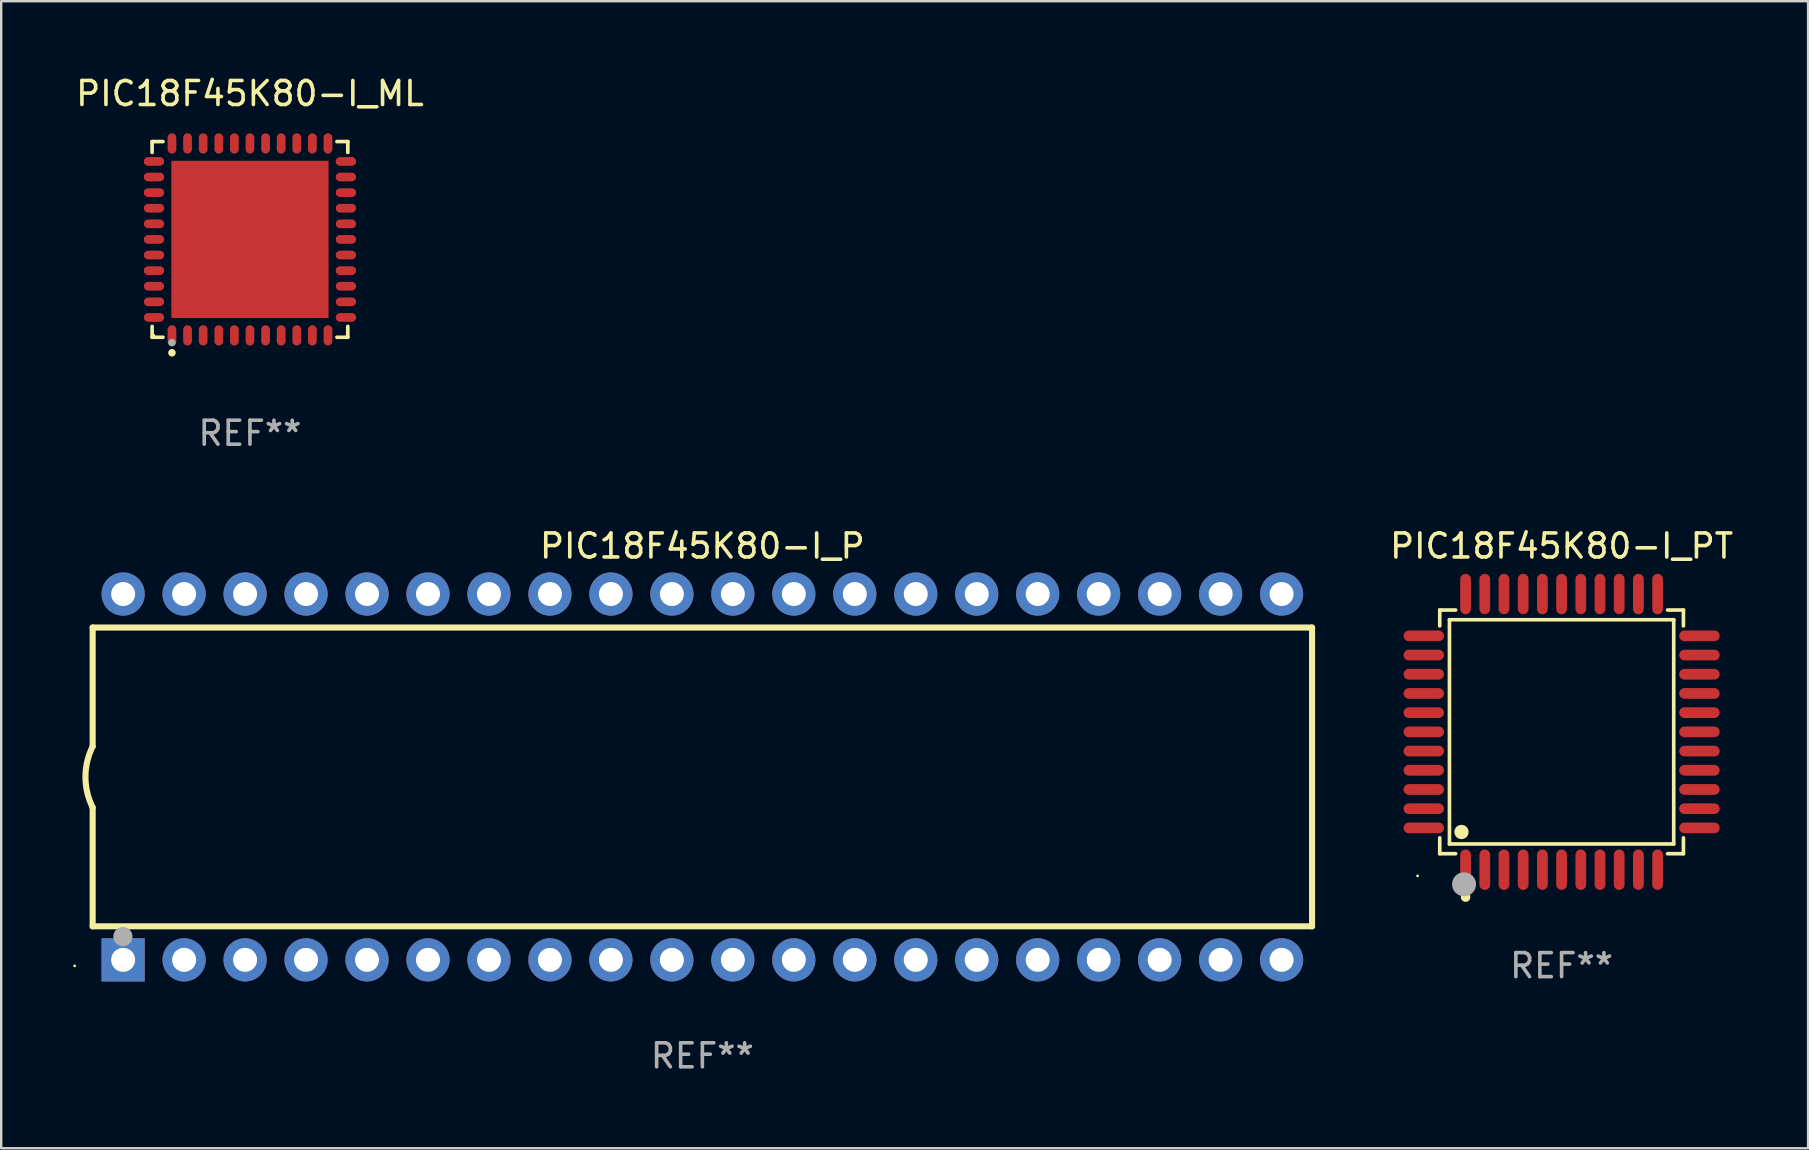
<source format=kicad_pcb>
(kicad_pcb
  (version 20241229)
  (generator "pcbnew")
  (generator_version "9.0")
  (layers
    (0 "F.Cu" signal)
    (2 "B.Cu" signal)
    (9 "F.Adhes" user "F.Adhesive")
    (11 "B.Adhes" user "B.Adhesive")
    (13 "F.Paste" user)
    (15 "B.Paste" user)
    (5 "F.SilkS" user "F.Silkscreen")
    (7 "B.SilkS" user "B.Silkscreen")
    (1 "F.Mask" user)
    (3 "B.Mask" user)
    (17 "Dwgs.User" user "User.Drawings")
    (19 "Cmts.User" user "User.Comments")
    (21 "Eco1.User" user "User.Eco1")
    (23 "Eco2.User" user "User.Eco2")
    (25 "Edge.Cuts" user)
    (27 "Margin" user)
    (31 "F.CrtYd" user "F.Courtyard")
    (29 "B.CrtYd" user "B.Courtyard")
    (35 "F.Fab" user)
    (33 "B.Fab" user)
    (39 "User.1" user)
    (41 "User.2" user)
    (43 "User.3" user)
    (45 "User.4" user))
  (footprint "PIC18F45K80-I_PT"
    (layer "F.Cu")
    (at 62.005 27.439)
    (property "Reference" "PIC18F45K80-I_PT" (at 0 -7.742 0) (layer "F.SilkS") (effects (font (size 1 1) (thickness 0.15))))
    (attr through_hole)
    (fp_line (start -5.076 -5.076) (end -4.415 -5.076) (stroke (width 0.152) (type solid)) (layer "F.SilkS"))
    (fp_line (start -5.076 -4.415) (end -5.076 -5.076) (stroke (width 0.152) (type solid)) (layer "F.SilkS"))
    (fp_line (start -5.076 4.415) (end -5.076 5.076) (stroke (width 0.152) (type solid)) (layer "F.SilkS"))
    (fp_line (start -5.076 5.076) (end -4.415 5.076) (stroke (width 0.152) (type solid)) (layer "F.SilkS"))
    (fp_line (start -4.671 -4.671) (end 4.671 -4.671) (stroke (width 0.152) (type solid)) (layer "F.SilkS"))
    (fp_line (start -4.671 4.671) (end -4.671 -4.671) (stroke (width 0.152) (type solid)) (layer "F.SilkS"))
    (fp_line (start 4.671 -4.671) (end 4.671 4.671) (stroke (width 0.152) (type solid)) (layer "F.SilkS"))
    (fp_line (start 4.671 4.671) (end -4.671 4.671) (stroke (width 0.152) (type solid)) (layer "F.SilkS"))
    (fp_line (start 5.076 -5.076) (end 4.415 -5.076) (stroke (width 0.152) (type solid)) (layer "F.SilkS"))
    (fp_line (start 5.076 -4.415) (end 5.076 -5.076) (stroke (width 0.152) (type solid)) (layer "F.SilkS"))
    (fp_line (start 5.076 4.415) (end 5.076 5.076) (stroke (width 0.152) (type solid)) (layer "F.SilkS"))
    (fp_line (start 5.076 5.076) (end 4.415 5.076) (stroke (width 0.152) (type solid)) (layer "F.SilkS"))
    (fp_circle (center -6 6) (end -5.97 6) (stroke (width 0.06) (type solid)) (fill no) (layer "F.SilkS"))
    (fp_circle (center -4.171 4.171) (end -4.021 4.171) (stroke (width 0.3) (type solid)) (fill no) (layer "F.SilkS"))
    (fp_circle (center -4 6.884) (end -3.9 6.884) (stroke (width 0.2) (type solid)) (fill no) (layer "F.SilkS"))
    (fp_circle (center -4.064 6.35) (end -3.814 6.35) (stroke (width 0.5) (type solid)) (fill no) (layer "F.Fab"))
    (fp_text user "REF**" (at 0 9.742 0) (layer "F.Fab") (effects (font (size 1 1) (thickness 0.15))))
    (pad "1" smd oval (at -4 5.742) (size 0.448 1.684) (layers "F.Cu" "F.Mask" "F.Paste"))
    (pad "2" smd oval (at -3.2 5.742) (size 0.448 1.684) (layers "F.Cu" "F.Mask" "F.Paste"))
    (pad "3" smd oval (at -2.4 5.742) (size 0.448 1.684) (layers "F.Cu" "F.Mask" "F.Paste"))
    (pad "4" smd oval (at -1.6 5.742) (size 0.448 1.684) (layers "F.Cu" "F.Mask" "F.Paste"))
    (pad "5" smd oval (at -0.8 5.742) (size 0.448 1.684) (layers "F.Cu" "F.Mask" "F.Paste"))
    (pad "6" smd oval (at 0 5.742) (size 0.448 1.684) (layers "F.Cu" "F.Mask" "F.Paste"))
    (pad "7" smd oval (at 0.8 5.742) (size 0.448 1.684) (layers "F.Cu" "F.Mask" "F.Paste"))
    (pad "8" smd oval (at 1.6 5.742) (size 0.448 1.684) (layers "F.Cu" "F.Mask" "F.Paste"))
    (pad "9" smd oval (at 2.4 5.742) (size 0.448 1.684) (layers "F.Cu" "F.Mask" "F.Paste"))
    (pad "10" smd oval (at 3.2 5.742) (size 0.448 1.684) (layers "F.Cu" "F.Mask" "F.Paste"))
    (pad "11" smd oval (at 4 5.742) (size 0.448 1.684) (layers "F.Cu" "F.Mask" "F.Paste"))
    (pad "12" smd oval (at 5.742 4) (size 1.684 0.448) (layers "F.Cu" "F.Mask" "F.Paste"))
    (pad "13" smd oval (at 5.742 3.2) (size 1.684 0.448) (layers "F.Cu" "F.Mask" "F.Paste"))
    (pad "14" smd oval (at 5.742 2.4) (size 1.684 0.448) (layers "F.Cu" "F.Mask" "F.Paste"))
    (pad "15" smd oval (at 5.742 1.6) (size 1.684 0.448) (layers "F.Cu" "F.Mask" "F.Paste"))
    (pad "16" smd oval (at 5.742 0.8) (size 1.684 0.448) (layers "F.Cu" "F.Mask" "F.Paste"))
    (pad "17" smd oval (at 5.742 0) (size 1.684 0.448) (layers "F.Cu" "F.Mask" "F.Paste"))
    (pad "18" smd oval (at 5.742 -0.8) (size 1.684 0.448) (layers "F.Cu" "F.Mask" "F.Paste"))
    (pad "19" smd oval (at 5.742 -1.6) (size 1.684 0.448) (layers "F.Cu" "F.Mask" "F.Paste"))
    (pad "20" smd oval (at 5.742 -2.4) (size 1.684 0.448) (layers "F.Cu" "F.Mask" "F.Paste"))
    (pad "21" smd oval (at 5.742 -3.2) (size 1.684 0.448) (layers "F.Cu" "F.Mask" "F.Paste"))
    (pad "22" smd oval (at 5.742 -4) (size 1.684 0.448) (layers "F.Cu" "F.Mask" "F.Paste"))
    (pad "23" smd oval (at 4 -5.742) (size 0.448 1.684) (layers "F.Cu" "F.Mask" "F.Paste"))
    (pad "24" smd oval (at 3.2 -5.742) (size 0.448 1.684) (layers "F.Cu" "F.Mask" "F.Paste"))
    (pad "25" smd oval (at 2.4 -5.742) (size 0.448 1.684) (layers "F.Cu" "F.Mask" "F.Paste"))
    (pad "26" smd oval (at 1.6 -5.742) (size 0.448 1.684) (layers "F.Cu" "F.Mask" "F.Paste"))
    (pad "27" smd oval (at 0.8 -5.742) (size 0.448 1.684) (layers "F.Cu" "F.Mask" "F.Paste"))
    (pad "28" smd oval (at 0 -5.742) (size 0.448 1.684) (layers "F.Cu" "F.Mask" "F.Paste"))
    (pad "29" smd oval (at -0.8 -5.742) (size 0.448 1.684) (layers "F.Cu" "F.Mask" "F.Paste"))
    (pad "30" smd oval (at -1.6 -5.742) (size 0.448 1.684) (layers "F.Cu" "F.Mask" "F.Paste"))
    (pad "31" smd oval (at -2.4 -5.742) (size 0.448 1.684) (layers "F.Cu" "F.Mask" "F.Paste"))
    (pad "32" smd oval (at -3.2 -5.742) (size 0.448 1.684) (layers "F.Cu" "F.Mask" "F.Paste"))
    (pad "33" smd oval (at -4 -5.742) (size 0.448 1.684) (layers "F.Cu" "F.Mask" "F.Paste"))
    (pad "34" smd oval (at -5.742 -4) (size 1.684 0.448) (layers "F.Cu" "F.Mask" "F.Paste"))
    (pad "35" smd oval (at -5.742 -3.2) (size 1.684 0.448) (layers "F.Cu" "F.Mask" "F.Paste"))
    (pad "36" smd oval (at -5.742 -2.4) (size 1.684 0.448) (layers "F.Cu" "F.Mask" "F.Paste"))
    (pad "37" smd oval (at -5.742 -1.6) (size 1.684 0.448) (layers "F.Cu" "F.Mask" "F.Paste"))
    (pad "38" smd oval (at -5.742 -0.8) (size 1.684 0.448) (layers "F.Cu" "F.Mask" "F.Paste"))
    (pad "39" smd oval (at -5.742 0) (size 1.684 0.448) (layers "F.Cu" "F.Mask" "F.Paste"))
    (pad "40" smd oval (at -5.742 0.8) (size 1.684 0.448) (layers "F.Cu" "F.Mask" "F.Paste"))
    (pad "41" smd oval (at -5.742 1.6) (size 1.684 0.448) (layers "F.Cu" "F.Mask" "F.Paste"))
    (pad "42" smd oval (at -5.742 2.4) (size 1.684 0.448) (layers "F.Cu" "F.Mask" "F.Paste"))
    (pad "43" smd oval (at -5.742 3.2) (size 1.684 0.448) (layers "F.Cu" "F.Mask" "F.Paste"))
    (pad "44" smd oval (at -5.742 4) (size 1.684 0.448) (layers "F.Cu" "F.Mask" "F.Paste")))
  (footprint "PIC18F45K80-I_ML"
    (layer "F.Cu")
    (at 7.363 6.924)
    (property "Reference" "PIC18F45K80-I_ML" (at 0 -6.076 0) (layer "F.SilkS") (effects (font (size 1 1) (thickness 0.15))))
    (attr through_hole)
    (fp_line (start -4.076 -4.076) (end -3.623 -4.076) (stroke (width 0.152) (type solid)) (layer "F.SilkS"))
    (fp_line (start -4.076 -3.623) (end -4.076 -4.076) (stroke (width 0.152) (type solid)) (layer "F.SilkS"))
    (fp_line (start -4.076 3.623) (end -4.076 4.076) (stroke (width 0.152) (type solid)) (layer "F.SilkS"))
    (fp_line (start -4.076 4.076) (end -3.623 4.076) (stroke (width 0.152) (type solid)) (layer "F.SilkS"))
    (fp_line (start 4.076 -4.076) (end 3.623 -4.076) (stroke (width 0.152) (type solid)) (layer "F.SilkS"))
    (fp_line (start 4.076 -3.623) (end 4.076 -4.076) (stroke (width 0.152) (type solid)) (layer "F.SilkS"))
    (fp_line (start 4.076 3.623) (end 4.076 4.076) (stroke (width 0.152) (type solid)) (layer "F.SilkS"))
    (fp_line (start 4.076 4.076) (end 3.623 4.076) (stroke (width 0.152) (type solid)) (layer "F.SilkS"))
    (fp_circle (center -4 4) (end -3.97 4) (stroke (width 0.06) (type solid)) (fill no) (layer "F.SilkS"))
    (fp_circle (center -3.25 4.722) (end -3.171 4.722) (stroke (width 0.158) (type solid)) (fill no) (layer "F.SilkS"))
    (fp_circle (center -3.25 4.3) (end -3.171 4.3) (stroke (width 0.158) (type solid)) (fill no) (layer "F.Fab"))
    (fp_text user "REF**" (at 0 8.076 0) (layer "F.Fab") (effects (font (size 1 1) (thickness 0.15))))
    (pad "1" smd oval (at -3.25 3.998) (size 0.364 0.847) (layers "F.Cu" "F.Mask" "F.Paste"))
    (pad "2" smd oval (at -2.6 3.998) (size 0.364 0.847) (layers "F.Cu" "F.Mask" "F.Paste"))
    (pad "3" smd oval (at -1.95 3.998) (size 0.364 0.847) (layers "F.Cu" "F.Mask" "F.Paste"))
    (pad "4" smd oval (at -1.3 3.998) (size 0.364 0.847) (layers "F.Cu" "F.Mask" "F.Paste"))
    (pad "5" smd oval (at -0.65 3.998) (size 0.364 0.847) (layers "F.Cu" "F.Mask" "F.Paste"))
    (pad "6" smd oval (at 0 3.998) (size 0.364 0.847) (layers "F.Cu" "F.Mask" "F.Paste"))
    (pad "7" smd oval (at 0.65 3.998) (size 0.364 0.847) (layers "F.Cu" "F.Mask" "F.Paste"))
    (pad "8" smd oval (at 1.3 3.998) (size 0.364 0.847) (layers "F.Cu" "F.Mask" "F.Paste"))
    (pad "9" smd oval (at 1.95 3.998) (size 0.364 0.847) (layers "F.Cu" "F.Mask" "F.Paste"))
    (pad "10" smd oval (at 2.6 3.998) (size 0.364 0.847) (layers "F.Cu" "F.Mask" "F.Paste"))
    (pad "11" smd oval (at 3.25 3.998) (size 0.364 0.847) (layers "F.Cu" "F.Mask" "F.Paste"))
    (pad "12" smd oval (at 3.998 3.25) (size 0.847 0.364) (layers "F.Cu" "F.Mask" "F.Paste"))
    (pad "13" smd oval (at 3.998 2.6) (size 0.847 0.364) (layers "F.Cu" "F.Mask" "F.Paste"))
    (pad "14" smd oval (at 3.998 1.95) (size 0.847 0.364) (layers "F.Cu" "F.Mask" "F.Paste"))
    (pad "15" smd oval (at 3.998 1.3) (size 0.847 0.364) (layers "F.Cu" "F.Mask" "F.Paste"))
    (pad "16" smd oval (at 3.998 0.65) (size 0.847 0.364) (layers "F.Cu" "F.Mask" "F.Paste"))
    (pad "17" smd oval (at 3.998 0) (size 0.847 0.364) (layers "F.Cu" "F.Mask" "F.Paste"))
    (pad "18" smd oval (at 3.998 -0.65) (size 0.847 0.364) (layers "F.Cu" "F.Mask" "F.Paste"))
    (pad "19" smd oval (at 3.998 -1.3) (size 0.847 0.364) (layers "F.Cu" "F.Mask" "F.Paste"))
    (pad "20" smd oval (at 3.998 -1.95) (size 0.847 0.364) (layers "F.Cu" "F.Mask" "F.Paste"))
    (pad "21" smd oval (at 3.998 -2.6) (size 0.847 0.364) (layers "F.Cu" "F.Mask" "F.Paste"))
    (pad "22" smd oval (at 3.998 -3.25) (size 0.847 0.364) (layers "F.Cu" "F.Mask" "F.Paste"))
    (pad "23" smd oval (at 3.25 -3.998) (size 0.364 0.847) (layers "F.Cu" "F.Mask" "F.Paste"))
    (pad "24" smd oval (at 2.6 -3.998) (size 0.364 0.847) (layers "F.Cu" "F.Mask" "F.Paste"))
    (pad "25" smd oval (at 1.95 -3.998) (size 0.364 0.847) (layers "F.Cu" "F.Mask" "F.Paste"))
    (pad "26" smd oval (at 1.3 -3.998) (size 0.364 0.847) (layers "F.Cu" "F.Mask" "F.Paste"))
    (pad "27" smd oval (at 0.65 -3.998) (size 0.364 0.847) (layers "F.Cu" "F.Mask" "F.Paste"))
    (pad "28" smd oval (at 0 -3.998) (size 0.364 0.847) (layers "F.Cu" "F.Mask" "F.Paste"))
    (pad "29" smd oval (at -0.65 -3.998) (size 0.364 0.847) (layers "F.Cu" "F.Mask" "F.Paste"))
    (pad "30" smd oval (at -1.3 -3.998) (size 0.364 0.847) (layers "F.Cu" "F.Mask" "F.Paste"))
    (pad "31" smd oval (at -1.95 -3.998) (size 0.364 0.847) (layers "F.Cu" "F.Mask" "F.Paste"))
    (pad "32" smd oval (at -2.6 -3.998) (size 0.364 0.847) (layers "F.Cu" "F.Mask" "F.Paste"))
    (pad "33" smd oval (at -3.25 -3.998) (size 0.364 0.847) (layers "F.Cu" "F.Mask" "F.Paste"))
    (pad "34" smd oval (at -3.998 -3.25) (size 0.847 0.364) (layers "F.Cu" "F.Mask" "F.Paste"))
    (pad "35" smd oval (at -3.998 -2.6) (size 0.847 0.364) (layers "F.Cu" "F.Mask" "F.Paste"))
    (pad "36" smd oval (at -3.998 -1.95) (size 0.847 0.364) (layers "F.Cu" "F.Mask" "F.Paste"))
    (pad "37" smd oval (at -3.998 -1.3) (size 0.847 0.364) (layers "F.Cu" "F.Mask" "F.Paste"))
    (pad "38" smd oval (at -3.998 -0.65) (size 0.847 0.364) (layers "F.Cu" "F.Mask" "F.Paste"))
    (pad "39" smd oval (at -3.998 0) (size 0.847 0.364) (layers "F.Cu" "F.Mask" "F.Paste"))
    (pad "40" smd oval (at -3.998 0.65) (size 0.847 0.364) (layers "F.Cu" "F.Mask" "F.Paste"))
    (pad "41" smd oval (at -3.998 1.3) (size 0.847 0.364) (layers "F.Cu" "F.Mask" "F.Paste"))
    (pad "42" smd oval (at -3.998 1.95) (size 0.847 0.364) (layers "F.Cu" "F.Mask" "F.Paste"))
    (pad "43" smd oval (at -3.998 2.6) (size 0.847 0.364) (layers "F.Cu" "F.Mask" "F.Paste"))
    (pad "44" smd oval (at -3.998 3.25) (size 0.847 0.364) (layers "F.Cu" "F.Mask" "F.Paste"))
    (pad "45" smd rect (at 0 0) (size 6.55 6.55) (layers "F.Cu" "F.Mask" "F.Paste")))
  (footprint "PIC18F45K80-I_P"
    (layer "F.Cu")
    (at 26.21 29.317)
    (property "Reference" "PIC18F45K80-I_P" (at 0 -9.62 0) (layer "F.SilkS") (effects (font (size 1 1) (thickness 0.15))))
    (attr through_hole)
    (fp_line (start -25.4 -6.224) (end -25.4 -1.271) (stroke (width 0.254) (type solid)) (layer "F.SilkS"))
    (fp_line (start -25.4 -6.224) (end 25.4 -6.224) (stroke (width 0.254) (type solid)) (layer "F.SilkS"))
    (fp_line (start -25.4 1.269) (end -25.4 6.222) (stroke (width 0.254) (type solid)) (layer "F.SilkS"))
    (fp_line (start -25.4 6.222) (end 25.4 6.222) (stroke (width 0.254) (type solid)) (layer "F.SilkS"))
    (fp_line (start 25.4 6.222) (end 25.4 -6.224) (stroke (width 0.254) (type solid)) (layer "F.SilkS"))
    (fp_arc (start -25.4 1.269241) (mid -25.699807 -0.000762) (end -25.4 -1.270765) (stroke (width 0.254001) (type solid)) (layer "F.SilkS"))
    (fp_circle (center -26.15 7.87) (end -26.12 7.87) (stroke (width 0.06) (type solid)) (fill no) (layer "F.SilkS"))
    (fp_circle (center -24.14 6.65) (end -23.94 6.65) (stroke (width 0.4) (type solid)) (fill no) (layer "F.Fab"))
    (fp_text user "REF**" (at 0 11.62 0) (layer "F.Fab") (effects (font (size 1 1) (thickness 0.15))))
    (pad "1" thru_hole rect (at -24.13 7.62 90) (size 1.8 1.8) (drill 1) (layers "*.Cu" "*.Mask"))
    (pad "2" thru_hole circle (at -21.59 7.62) (size 1.8 1.8) (drill 1) (layers "*.Cu" "*.Mask"))
    (pad "3" thru_hole circle (at -19.05 7.62) (size 1.8 1.8) (drill 1) (layers "*.Cu" "*.Mask"))
    (pad "4" thru_hole circle (at -16.51 7.62) (size 1.8 1.8) (drill 1) (layers "*.Cu" "*.Mask"))
    (pad "5" thru_hole circle (at -13.97 7.62) (size 1.8 1.8) (drill 1) (layers "*.Cu" "*.Mask"))
    (pad "6" thru_hole circle (at -11.43 7.62) (size 1.8 1.8) (drill 1) (layers "*.Cu" "*.Mask"))
    (pad "7" thru_hole circle (at -8.89 7.62) (size 1.8 1.8) (drill 1) (layers "*.Cu" "*.Mask"))
    (pad "8" thru_hole circle (at -6.35 7.62) (size 1.8 1.8) (drill 1) (layers "*.Cu" "*.Mask"))
    (pad "9" thru_hole circle (at -3.81 7.62) (size 1.8 1.8) (drill 1) (layers "*.Cu" "*.Mask"))
    (pad "10" thru_hole circle (at -1.27 7.62) (size 1.8 1.8) (drill 1) (layers "*.Cu" "*.Mask"))
    (pad "11" thru_hole circle (at 1.27 7.62) (size 1.8 1.8) (drill 1) (layers "*.Cu" "*.Mask"))
    (pad "12" thru_hole circle (at 3.81 7.62) (size 1.8 1.8) (drill 1) (layers "*.Cu" "*.Mask"))
    (pad "13" thru_hole circle (at 6.35 7.62) (size 1.8 1.8) (drill 1) (layers "*.Cu" "*.Mask"))
    (pad "14" thru_hole circle (at 8.89 7.62) (size 1.8 1.8) (drill 1) (layers "*.Cu" "*.Mask"))
    (pad "15" thru_hole circle (at 11.43 7.62) (size 1.8 1.8) (drill 1) (layers "*.Cu" "*.Mask"))
    (pad "16" thru_hole circle (at 13.97 7.62) (size 1.8 1.8) (drill 1) (layers "*.Cu" "*.Mask"))
    (pad "17" thru_hole circle (at 16.51 7.62) (size 1.8 1.8) (drill 1) (layers "*.Cu" "*.Mask"))
    (pad "18" thru_hole circle (at 19.05 7.62) (size 1.8 1.8) (drill 1) (layers "*.Cu" "*.Mask"))
    (pad "19" thru_hole circle (at 21.59 7.62) (size 1.8 1.8) (drill 1) (layers "*.Cu" "*.Mask"))
    (pad "20" thru_hole circle (at 24.13 7.62) (size 1.8 1.8) (drill 1) (layers "*.Cu" "*.Mask"))
    (pad "21" thru_hole circle (at 24.13 -7.62) (size 1.8 1.8) (drill 1) (layers "*.Cu" "*.Mask"))
    (pad "22" thru_hole circle (at 21.59 -7.62) (size 1.8 1.8) (drill 1) (layers "*.Cu" "*.Mask"))
    (pad "23" thru_hole circle (at 19.05 -7.62) (size 1.8 1.8) (drill 1) (layers "*.Cu" "*.Mask"))
    (pad "24" thru_hole circle (at 16.51 -7.62) (size 1.8 1.8) (drill 1) (layers "*.Cu" "*.Mask"))
    (pad "25" thru_hole circle (at 13.97 -7.62) (size 1.8 1.8) (drill 1) (layers "*.Cu" "*.Mask"))
    (pad "26" thru_hole circle (at 11.43 -7.62) (size 1.8 1.8) (drill 1) (layers "*.Cu" "*.Mask"))
    (pad "27" thru_hole circle (at 8.89 -7.62) (size 1.8 1.8) (drill 1) (layers "*.Cu" "*.Mask"))
    (pad "28" thru_hole circle (at 6.35 -7.62) (size 1.8 1.8) (drill 1) (layers "*.Cu" "*.Mask"))
    (pad "29" thru_hole circle (at 3.81 -7.62) (size 1.8 1.8) (drill 1) (layers "*.Cu" "*.Mask"))
    (pad "30" thru_hole circle (at 1.27 -7.62) (size 1.8 1.8) (drill 1) (layers "*.Cu" "*.Mask"))
    (pad "31" thru_hole circle (at -1.27 -7.62) (size 1.8 1.8) (drill 1) (layers "*.Cu" "*.Mask"))
    (pad "32" thru_hole circle (at -3.81 -7.62) (size 1.8 1.8) (drill 1) (layers "*.Cu" "*.Mask"))
    (pad "33" thru_hole circle (at -6.35 -7.62) (size 1.8 1.8) (drill 1) (layers "*.Cu" "*.Mask"))
    (pad "34" thru_hole circle (at -8.89 -7.62) (size 1.8 1.8) (drill 1) (layers "*.Cu" "*.Mask"))
    (pad "35" thru_hole circle (at -11.43 -7.62) (size 1.8 1.8) (drill 1) (layers "*.Cu" "*.Mask"))
    (pad "36" thru_hole circle (at -13.97 -7.62) (size 1.8 1.8) (drill 1) (layers "*.Cu" "*.Mask"))
    (pad "37" thru_hole circle (at -16.51 -7.62) (size 1.8 1.8) (drill 1) (layers "*.Cu" "*.Mask"))
    (pad "38" thru_hole circle (at -19.05 -7.62) (size 1.8 1.8) (drill 1) (layers "*.Cu" "*.Mask"))
    (pad "39" thru_hole circle (at -21.59 -7.62) (size 1.8 1.8) (drill 1) (layers "*.Cu" "*.Mask"))
    (pad "40" thru_hole circle (at -24.13 -7.62) (size 1.8 1.8) (drill 1) (layers "*.Cu" "*.Mask")))
  (gr_rect
    (start -3 -3)
    (end 72.273 44.785)
    (stroke (width 0.1) (type default))
    (fill no)
    (layer "Edge.Cuts")))
</source>
